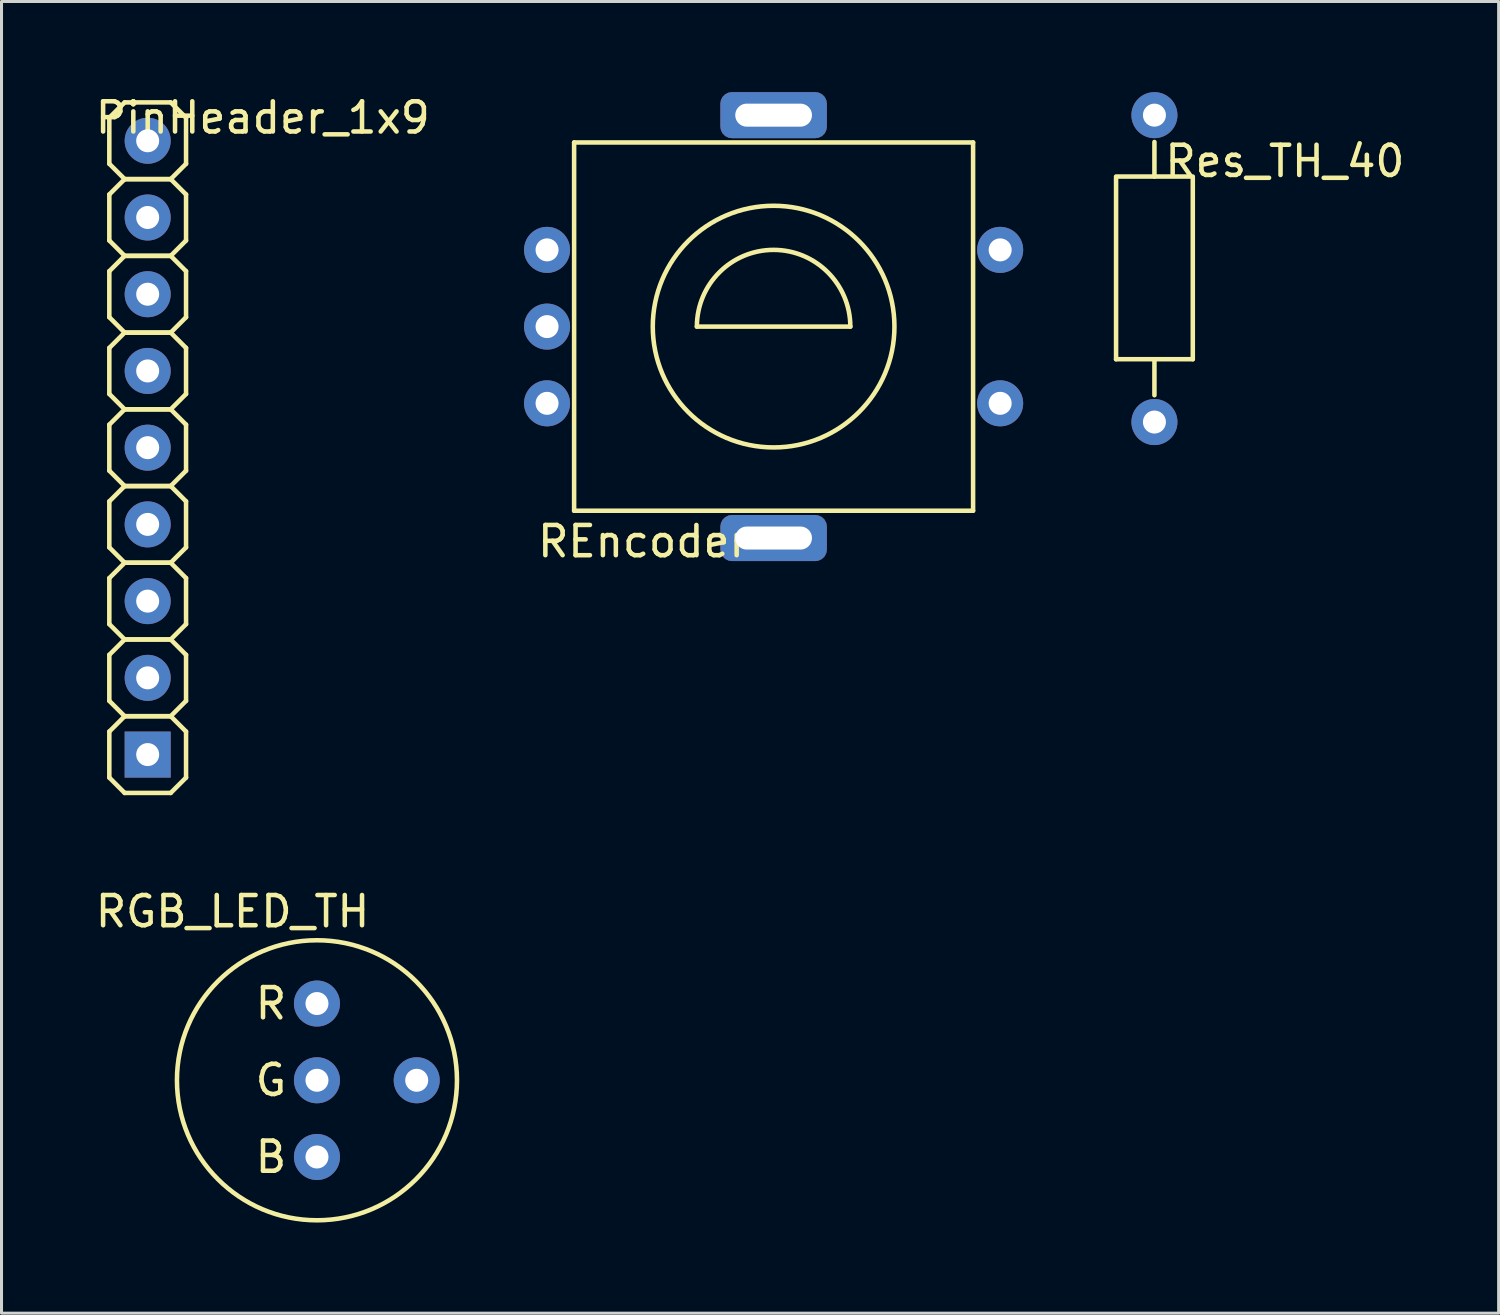
<source format=kicad_pcb>
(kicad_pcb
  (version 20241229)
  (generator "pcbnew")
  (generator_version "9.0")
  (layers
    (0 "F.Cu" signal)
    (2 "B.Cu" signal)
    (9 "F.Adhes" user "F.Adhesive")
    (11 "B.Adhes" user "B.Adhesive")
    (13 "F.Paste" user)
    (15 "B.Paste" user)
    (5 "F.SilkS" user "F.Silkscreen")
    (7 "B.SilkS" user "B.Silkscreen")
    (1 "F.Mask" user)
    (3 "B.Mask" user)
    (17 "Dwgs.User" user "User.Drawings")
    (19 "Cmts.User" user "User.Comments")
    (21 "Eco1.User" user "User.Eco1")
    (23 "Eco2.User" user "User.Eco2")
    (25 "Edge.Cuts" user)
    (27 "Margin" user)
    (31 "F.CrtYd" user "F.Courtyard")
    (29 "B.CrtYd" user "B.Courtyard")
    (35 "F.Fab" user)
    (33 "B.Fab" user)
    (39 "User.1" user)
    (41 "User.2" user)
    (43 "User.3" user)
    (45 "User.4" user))
  (footprint "RGB_LED_TH"
    (layer "F.Cu")
    (at 7.443 32.712)
    (property "Reference" "RGB_LED_TH" (at -2.794 -5.588 0) (layer "F.SilkS") (effects (font (size 1 1) (thickness 0.15))))
    (attr through_hole)
    (fp_circle (center 0 0) (end 4.572 0.762) (stroke (width 0.15) (type solid)) (fill no) (layer "F.SilkS"))
    (fp_text user "R" (at -1.524 -2.54 0) (layer "F.SilkS") (effects (font (size 1 1) (thickness 0.15))))
    (fp_text user "B" (at -1.524 2.54 0) (layer "F.SilkS") (effects (font (size 1 1) (thickness 0.15))))
    (fp_text user "G" (at -1.524 0 0) (layer "F.SilkS") (effects (font (size 1 1) (thickness 0.15))))
    (pad "1" thru_hole circle (at 0 -2.54) (size 1.524 1.524) (drill 0.762) (layers "*.Cu" "*.Mask"))
    (pad "2" thru_hole circle (at 0 0) (size 1.524 1.524) (drill 0.762) (layers "*.Cu" "*.Mask"))
    (pad "3" thru_hole circle (at 0 2.54) (size 1.524 1.524) (drill 0.762) (layers "*.Cu" "*.Mask"))
    (pad "4" thru_hole circle (at 3.302 0) (size 1.524 1.524) (drill 0.762) (layers "*.Cu" "*.Mask")))
  (footprint "PinHeader_1x9"
    (layer "F.Cu")
    (at 1.839 7.96)
    (property "Reference" "PinHeader_1x9" (at 3.81 -7.112 0) (layer "F.SilkS") (effects (font (size 1 1) (thickness 0.15))))
    (attr through_hole)
    (fp_line (start -1.27 -7.112) (end -0.762 -7.62) (stroke (width 0.15) (type solid)) (layer "F.SilkS"))
    (fp_line (start -1.27 -5.588) (end -1.27 -7.112) (stroke (width 0.15) (type solid)) (layer "F.SilkS"))
    (fp_line (start -1.27 -4.572) (end -0.762 -5.08) (stroke (width 0.15) (type solid)) (layer "F.SilkS"))
    (fp_line (start -1.27 -3.048) (end -1.27 -4.572) (stroke (width 0.15) (type solid)) (layer "F.SilkS"))
    (fp_line (start -1.27 -2.032) (end -0.762 -2.54) (stroke (width 0.15) (type solid)) (layer "F.SilkS"))
    (fp_line (start -1.27 -0.508) (end -1.27 -2.032) (stroke (width 0.15) (type solid)) (layer "F.SilkS"))
    (fp_line (start -1.27 0.508) (end -0.762 0) (stroke (width 0.15) (type solid)) (layer "F.SilkS"))
    (fp_line (start -1.27 2.032) (end -1.27 0.508) (stroke (width 0.15) (type solid)) (layer "F.SilkS"))
    (fp_line (start -1.27 3.048) (end -0.762 2.54) (stroke (width 0.15) (type solid)) (layer "F.SilkS"))
    (fp_line (start -1.27 4.572) (end -1.27 3.048) (stroke (width 0.15) (type solid)) (layer "F.SilkS"))
    (fp_line (start -1.27 5.588) (end -0.762 5.08) (stroke (width 0.15) (type solid)) (layer "F.SilkS"))
    (fp_line (start -1.27 7.112) (end -1.27 5.588) (stroke (width 0.15) (type solid)) (layer "F.SilkS"))
    (fp_line (start -1.27 8.128) (end -0.762 7.62) (stroke (width 0.15) (type solid)) (layer "F.SilkS"))
    (fp_line (start -1.27 9.652) (end -1.27 8.128) (stroke (width 0.15) (type solid)) (layer "F.SilkS"))
    (fp_line (start -1.27 10.668) (end -0.762 10.16) (stroke (width 0.15) (type solid)) (layer "F.SilkS"))
    (fp_line (start -1.27 12.192) (end -1.27 10.668) (stroke (width 0.15) (type solid)) (layer "F.SilkS"))
    (fp_line (start -1.27 13.208) (end -0.762 12.7) (stroke (width 0.15) (type solid)) (layer "F.SilkS"))
    (fp_line (start -1.27 14.732) (end -1.27 13.208) (stroke (width 0.15) (type solid)) (layer "F.SilkS"))
    (fp_line (start -0.762 -7.62) (end 0.762 -7.62) (stroke (width 0.15) (type solid)) (layer "F.SilkS"))
    (fp_line (start -0.762 -5.08) (end -1.27 -5.588) (stroke (width 0.15) (type solid)) (layer "F.SilkS"))
    (fp_line (start -0.762 -5.08) (end 0.762 -5.08) (stroke (width 0.15) (type solid)) (layer "F.SilkS"))
    (fp_line (start -0.762 -2.54) (end -1.27 -3.048) (stroke (width 0.15) (type solid)) (layer "F.SilkS"))
    (fp_line (start -0.762 -2.54) (end 0.762 -2.54) (stroke (width 0.15) (type solid)) (layer "F.SilkS"))
    (fp_line (start -0.762 0) (end -1.27 -0.508) (stroke (width 0.15) (type solid)) (layer "F.SilkS"))
    (fp_line (start -0.762 0) (end 0.762 0) (stroke (width 0.15) (type solid)) (layer "F.SilkS"))
    (fp_line (start -0.762 2.54) (end -1.27 2.032) (stroke (width 0.15) (type solid)) (layer "F.SilkS"))
    (fp_line (start -0.762 2.54) (end 0.762 2.54) (stroke (width 0.15) (type solid)) (layer "F.SilkS"))
    (fp_line (start -0.762 5.08) (end -1.27 4.572) (stroke (width 0.15) (type solid)) (layer "F.SilkS"))
    (fp_line (start -0.762 5.08) (end 0.762 5.08) (stroke (width 0.15) (type solid)) (layer "F.SilkS"))
    (fp_line (start -0.762 7.62) (end -1.27 7.112) (stroke (width 0.15) (type solid)) (layer "F.SilkS"))
    (fp_line (start -0.762 7.62) (end 0.762 7.62) (stroke (width 0.15) (type solid)) (layer "F.SilkS"))
    (fp_line (start -0.762 10.16) (end -1.27 9.652) (stroke (width 0.15) (type solid)) (layer "F.SilkS"))
    (fp_line (start -0.762 10.16) (end 0.762 10.16) (stroke (width 0.15) (type solid)) (layer "F.SilkS"))
    (fp_line (start -0.762 12.7) (end -1.27 12.192) (stroke (width 0.15) (type solid)) (layer "F.SilkS"))
    (fp_line (start -0.762 12.7) (end 0.762 12.7) (stroke (width 0.15) (type solid)) (layer "F.SilkS"))
    (fp_line (start -0.762 15.24) (end -1.27 14.732) (stroke (width 0.15) (type solid)) (layer "F.SilkS"))
    (fp_line (start 0.762 -7.62) (end 1.27 -7.112) (stroke (width 0.15) (type solid)) (layer "F.SilkS"))
    (fp_line (start 0.762 -5.08) (end -0.762 -5.08) (stroke (width 0.15) (type solid)) (layer "F.SilkS"))
    (fp_line (start 0.762 -5.08) (end 1.27 -4.572) (stroke (width 0.15) (type solid)) (layer "F.SilkS"))
    (fp_line (start 0.762 -2.54) (end -0.762 -2.54) (stroke (width 0.15) (type solid)) (layer "F.SilkS"))
    (fp_line (start 0.762 -2.54) (end 1.27 -2.032) (stroke (width 0.15) (type solid)) (layer "F.SilkS"))
    (fp_line (start 0.762 0) (end -0.762 0) (stroke (width 0.15) (type solid)) (layer "F.SilkS"))
    (fp_line (start 0.762 0) (end 1.27 0.508) (stroke (width 0.15) (type solid)) (layer "F.SilkS"))
    (fp_line (start 0.762 2.54) (end -0.762 2.54) (stroke (width 0.15) (type solid)) (layer "F.SilkS"))
    (fp_line (start 0.762 2.54) (end 1.27 3.048) (stroke (width 0.15) (type solid)) (layer "F.SilkS"))
    (fp_line (start 0.762 5.08) (end -0.762 5.08) (stroke (width 0.15) (type solid)) (layer "F.SilkS"))
    (fp_line (start 0.762 5.08) (end 1.27 5.588) (stroke (width 0.15) (type solid)) (layer "F.SilkS"))
    (fp_line (start 0.762 7.62) (end -0.762 7.62) (stroke (width 0.15) (type solid)) (layer "F.SilkS"))
    (fp_line (start 0.762 7.62) (end 1.27 8.128) (stroke (width 0.15) (type solid)) (layer "F.SilkS"))
    (fp_line (start 0.762 10.16) (end -0.762 10.16) (stroke (width 0.15) (type solid)) (layer "F.SilkS"))
    (fp_line (start 0.762 10.16) (end 1.27 10.668) (stroke (width 0.15) (type solid)) (layer "F.SilkS"))
    (fp_line (start 0.762 12.7) (end -0.762 12.7) (stroke (width 0.15) (type solid)) (layer "F.SilkS"))
    (fp_line (start 0.762 12.7) (end 1.27 13.208) (stroke (width 0.15) (type solid)) (layer "F.SilkS"))
    (fp_line (start 0.762 15.24) (end -0.762 15.24) (stroke (width 0.15) (type solid)) (layer "F.SilkS"))
    (fp_line (start 1.27 -7.112) (end 1.27 -5.588) (stroke (width 0.15) (type solid)) (layer "F.SilkS"))
    (fp_line (start 1.27 -5.588) (end 0.762 -5.08) (stroke (width 0.15) (type solid)) (layer "F.SilkS"))
    (fp_line (start 1.27 -4.572) (end 1.27 -3.048) (stroke (width 0.15) (type solid)) (layer "F.SilkS"))
    (fp_line (start 1.27 -3.048) (end 0.762 -2.54) (stroke (width 0.15) (type solid)) (layer "F.SilkS"))
    (fp_line (start 1.27 -2.032) (end 1.27 -0.508) (stroke (width 0.15) (type solid)) (layer "F.SilkS"))
    (fp_line (start 1.27 -0.508) (end 0.762 0) (stroke (width 0.15) (type solid)) (layer "F.SilkS"))
    (fp_line (start 1.27 0.508) (end 1.27 2.032) (stroke (width 0.15) (type solid)) (layer "F.SilkS"))
    (fp_line (start 1.27 2.032) (end 0.762 2.54) (stroke (width 0.15) (type solid)) (layer "F.SilkS"))
    (fp_line (start 1.27 3.048) (end 1.27 4.572) (stroke (width 0.15) (type solid)) (layer "F.SilkS"))
    (fp_line (start 1.27 4.572) (end 0.762 5.08) (stroke (width 0.15) (type solid)) (layer "F.SilkS"))
    (fp_line (start 1.27 5.588) (end 1.27 7.112) (stroke (width 0.15) (type solid)) (layer "F.SilkS"))
    (fp_line (start 1.27 7.112) (end 0.762 7.62) (stroke (width 0.15) (type solid)) (layer "F.SilkS"))
    (fp_line (start 1.27 8.128) (end 1.27 9.652) (stroke (width 0.15) (type solid)) (layer "F.SilkS"))
    (fp_line (start 1.27 9.652) (end 0.762 10.16) (stroke (width 0.15) (type solid)) (layer "F.SilkS"))
    (fp_line (start 1.27 10.668) (end 1.27 12.192) (stroke (width 0.15) (type solid)) (layer "F.SilkS"))
    (fp_line (start 1.27 12.192) (end 0.762 12.7) (stroke (width 0.15) (type solid)) (layer "F.SilkS"))
    (fp_line (start 1.27 13.208) (end 1.27 14.732) (stroke (width 0.15) (type solid)) (layer "F.SilkS"))
    (fp_line (start 1.27 14.732) (end 0.762 15.24) (stroke (width 0.15) (type solid)) (layer "F.SilkS"))
    (pad "1" thru_hole circle (at 0 -6.35) (size 1.524 1.524) (drill 0.762) (layers "*.Cu" "*.Mask"))
    (pad "2" thru_hole circle (at 0 -3.81) (size 1.524 1.524) (drill 0.762) (layers "*.Cu" "*.Mask"))
    (pad "3" thru_hole circle (at 0 -1.27) (size 1.524 1.524) (drill 0.762) (layers "*.Cu" "*.Mask"))
    (pad "4" thru_hole circle (at 0 1.27) (size 1.524 1.524) (drill 0.762) (layers "*.Cu" "*.Mask"))
    (pad "5" thru_hole circle (at 0 3.81) (size 1.524 1.524) (drill 0.762) (layers "*.Cu" "*.Mask"))
    (pad "6" thru_hole circle (at 0 6.35) (size 1.524 1.524) (drill 0.762) (layers "*.Cu" "*.Mask"))
    (pad "7" thru_hole circle (at 0 8.89) (size 1.524 1.524) (drill 0.762) (layers "*.Cu" "*.Mask"))
    (pad "8" thru_hole circle (at 0 11.43) (size 1.524 1.524) (drill 0.762) (layers "*.Cu" "*.Mask"))
    (pad "9" thru_hole rect (at 0 13.97) (size 1.524 1.524) (drill 0.762) (layers "*.Cu" "*.Mask")))
  (footprint "REncoder"
    (layer "F.Cu")
    (at 22.56 7.762)
    (property "Reference" "REncoder" (at -4.318 7.112 0) (layer "F.SilkS") (effects (font (size 1 1) (thickness 0.15))))
    (attr through_hole)
    (fp_line (start -6.604 -6.096) (end -6.604 6.096) (stroke (width 0.15) (type solid)) (layer "F.SilkS"))
    (fp_line (start -6.604 6.096) (end 6.604 6.096) (stroke (width 0.15) (type solid)) (layer "F.SilkS"))
    (fp_line (start 2.54 0) (end -2.54 0) (stroke (width 0.15) (type solid)) (layer "F.SilkS"))
    (fp_line (start 6.604 -6.096) (end -6.604 -6.096) (stroke (width 0.15) (type solid)) (layer "F.SilkS"))
    (fp_line (start 6.604 6.096) (end 6.604 -6.096) (stroke (width 0.15) (type solid)) (layer "F.SilkS"))
    (fp_arc (start -2.54 0) (mid 0 -2.54) (end 2.54 0) (stroke (width 0.15) (type solid)) (layer "F.SilkS"))
    (fp_circle (center 0 0) (end 4 0) (stroke (width 0.15) (type solid)) (fill no) (layer "F.SilkS"))
    (pad "1" thru_hole circle (at -7.5 -2.54) (size 1.524 1.524) (drill 0.762) (layers "*.Cu" "*.Mask"))
    (pad "2" thru_hole circle (at -7.5 0) (size 1.524 1.524) (drill 0.762) (layers "*.Cu" "*.Mask"))
    (pad "3" thru_hole circle (at -7.5 2.54) (size 1.524 1.524) (drill 0.762) (layers "*.Cu" "*.Mask"))
    (pad "4" thru_hole circle (at 7.5 2.54) (size 1.524 1.524) (drill 0.762) (layers "*.Cu" "*.Mask"))
    (pad "5" thru_hole circle (at 7.5 -2.54) (size 1.524 1.524) (drill 0.762) (layers "*.Cu" "*.Mask"))
    (pad "6" thru_hole roundrect (at 0 -7) (size 3.524 1.524) (drill oval 2.54 0.762) (layers "*.Cu" "*.Mask") (roundrect_rratio 0.25))
    (pad "7" thru_hole roundrect (at 0 7) (size 3.524 1.524) (drill oval 2.54 0.762) (layers "*.Cu" "*.Mask") (roundrect_rratio 0.25)))
  (footprint "Res_TH_40"
    (layer "F.Cu")
    (at 35.167 5.842)
    (property "Reference" "Res_TH_40" (at 4.318 -3.556 0) (layer "F.SilkS") (effects (font (size 1 1) (thickness 0.15))))
    (attr through_hole)
    (fp_line (start -1.27 -3.048) (end 1.27 -3.048) (stroke (width 0.15) (type solid)) (layer "F.SilkS"))
    (fp_line (start -1.27 -3) (end -1.27 3) (stroke (width 0.15) (type solid)) (layer "F.SilkS"))
    (fp_line (start 0 -4.191) (end 0 -3.048) (stroke (width 0.15) (type solid)) (layer "F.SilkS"))
    (fp_line (start 0 3.048) (end 0 4.191) (stroke (width 0.15) (type solid)) (layer "F.SilkS"))
    (fp_line (start 1.27 -3) (end 1.27 3) (stroke (width 0.15) (type solid)) (layer "F.SilkS"))
    (fp_line (start 1.27 3) (end -1.27 3) (stroke (width 0.15) (type solid)) (layer "F.SilkS"))
    (pad "1" thru_hole circle (at 0 -5.08) (size 1.524 1.524) (drill 0.762) (layers "*.Cu" "*.Mask"))
    (pad "2" thru_hole circle (at 0 5.08) (size 1.524 1.524) (drill 0.762) (layers "*.Cu" "*.Mask")))
  (gr_rect
    (start -3 -3)
    (end 46.562 40.422)
    (stroke (width 0.1) (type default))
    (fill no)
    (layer "Edge.Cuts")))
</source>
